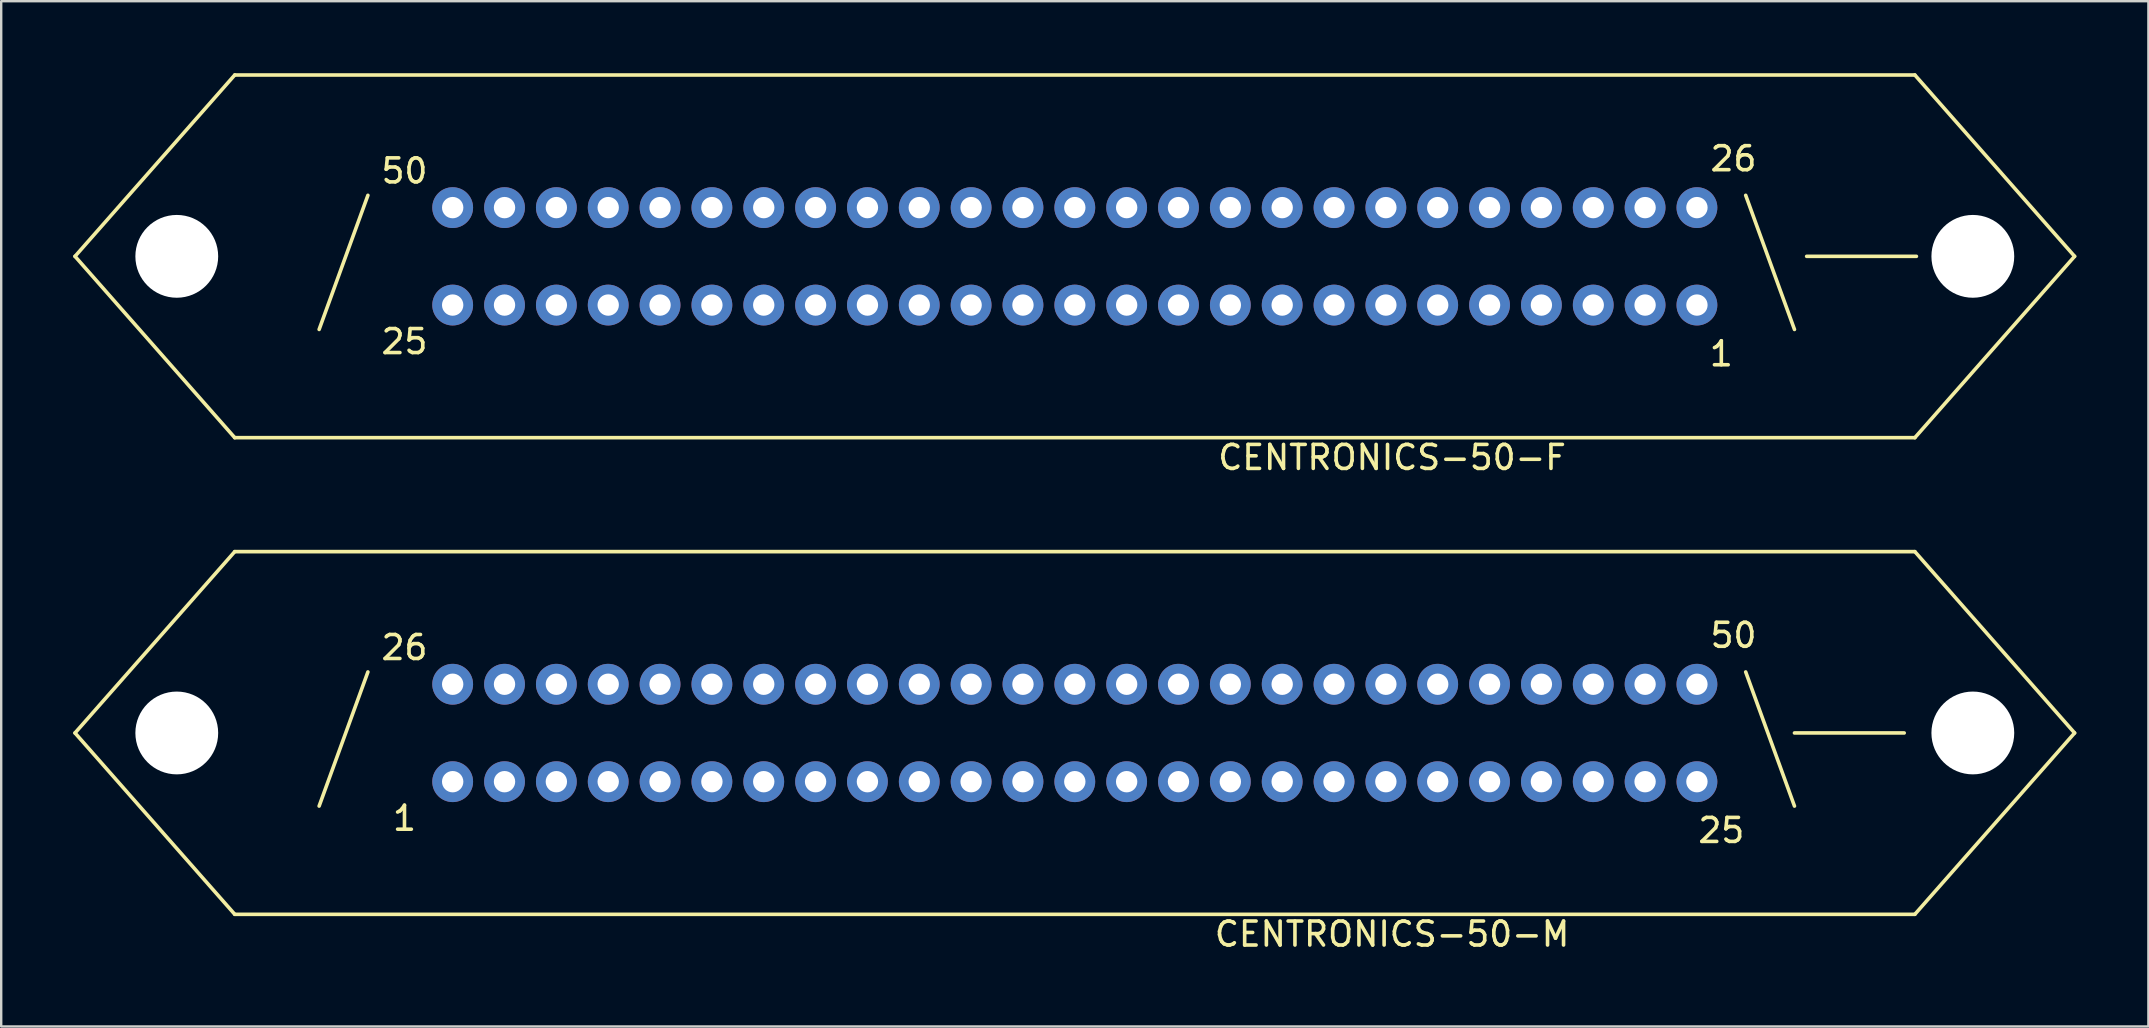
<source format=kicad_pcb>
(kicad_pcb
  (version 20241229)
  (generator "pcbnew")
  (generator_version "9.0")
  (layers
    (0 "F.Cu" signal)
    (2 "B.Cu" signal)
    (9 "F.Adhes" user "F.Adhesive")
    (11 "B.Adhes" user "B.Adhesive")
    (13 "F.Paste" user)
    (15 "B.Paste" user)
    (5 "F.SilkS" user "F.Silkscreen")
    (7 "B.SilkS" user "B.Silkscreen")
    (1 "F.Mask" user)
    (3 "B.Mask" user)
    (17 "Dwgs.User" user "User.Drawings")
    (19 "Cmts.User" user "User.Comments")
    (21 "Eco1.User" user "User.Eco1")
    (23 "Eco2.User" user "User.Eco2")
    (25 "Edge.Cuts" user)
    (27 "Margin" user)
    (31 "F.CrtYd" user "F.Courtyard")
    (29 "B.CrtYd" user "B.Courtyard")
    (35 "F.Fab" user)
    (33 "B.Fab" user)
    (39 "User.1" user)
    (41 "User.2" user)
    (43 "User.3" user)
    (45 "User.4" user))
  (footprint "CENTRONICS-50-M"
    (layer "F.Cu")
    (at 67.65 29.518)
    (property "Reference" "CENTRONICS-50-M" (at -12.7 6.35 0) (layer "F.SilkS") (effects (font (size 1 1) (thickness 0.15))))
    (attr through_hole)
    (fp_line (start -67.575 -2.03) (end -60.92 -9.585) (stroke (width 0.15) (type solid)) (layer "F.SilkS"))
    (fp_line (start -60.92 -9.585) (end 9.08 -9.585) (stroke (width 0.15) (type solid)) (layer "F.SilkS"))
    (fp_line (start -60.92 5.525) (end -67.575 -2.03) (stroke (width 0.15) (type solid)) (layer "F.SilkS"))
    (fp_line (start -57.404 1.016) (end -55.372 -4.572) (stroke (width 0.15) (type solid)) (layer "F.SilkS"))
    (fp_line (start 2.032 -4.572) (end 4.064 1.016) (stroke (width 0.15) (type solid)) (layer "F.SilkS"))
    (fp_line (start 4.064 -2.03) (end 8.636 -2.03) (stroke (width 0.15) (type solid)) (layer "F.SilkS"))
    (fp_line (start 9.08 -9.585) (end 15.735 -2.03) (stroke (width 0.15) (type solid)) (layer "F.SilkS"))
    (fp_line (start 9.08 5.525) (end -60.92 5.525) (stroke (width 0.15) (type solid)) (layer "F.SilkS"))
    (fp_line (start 15.735 -2.03) (end 9.08 5.525) (stroke (width 0.15) (type solid)) (layer "F.SilkS"))
    (fp_text user "1" (at -53.848 1.524 0) (layer "F.SilkS") (effects (font (size 1 1) (thickness 0.15))))
    (fp_text user "50" (at 1.524 -6.096 0) (layer "F.SilkS") (effects (font (size 1 1) (thickness 0.15))))
    (fp_text user "25" (at 1.016 2.032 0) (layer "F.SilkS") (effects (font (size 1 1) (thickness 0.15))))
    (fp_text user "26" (at -53.848 -5.588 0) (layer "F.SilkS") (effects (font (size 1 1) (thickness 0.15))))
    (pad "" np_thru_hole circle (at -63.335 -2.03) (size 3.45 3.45) (drill 3.45) (layers "*.Cu" "*.Mask"))
    (pad "" np_thru_hole circle (at 11.495 -2.03) (size 3.45 3.45) (drill 3.45) (layers "*.Cu" "*.Mask"))
    (pad "P$1" thru_hole circle (at -51.84 0) (size 1.7 1.7) (drill 0.89) (layers "*.Cu" "*.Mask"))
    (pad "P$2" thru_hole circle (at -49.68 0) (size 1.7 1.7) (drill 0.89) (layers "*.Cu" "*.Mask"))
    (pad "P$3" thru_hole circle (at -47.52 0) (size 1.7 1.7) (drill 0.89) (layers "*.Cu" "*.Mask"))
    (pad "P$4" thru_hole circle (at -45.36 0) (size 1.7 1.7) (drill 0.89) (layers "*.Cu" "*.Mask"))
    (pad "P$5" thru_hole circle (at -43.2 0) (size 1.7 1.7) (drill 0.89) (layers "*.Cu" "*.Mask"))
    (pad "P$6" thru_hole circle (at -41.04 0) (size 1.7 1.7) (drill 0.89) (layers "*.Cu" "*.Mask"))
    (pad "P$7" thru_hole circle (at -38.88 0) (size 1.7 1.7) (drill 0.89) (layers "*.Cu" "*.Mask"))
    (pad "P$8" thru_hole circle (at -36.72 0) (size 1.7 1.7) (drill 0.89) (layers "*.Cu" "*.Mask"))
    (pad "P$9" thru_hole circle (at -34.56 0) (size 1.7 1.7) (drill 0.89) (layers "*.Cu" "*.Mask"))
    (pad "P$10" thru_hole circle (at -32.4 0) (size 1.7 1.7) (drill 0.89) (layers "*.Cu" "*.Mask"))
    (pad "P$11" thru_hole circle (at -30.24 0) (size 1.7 1.7) (drill 0.89) (layers "*.Cu" "*.Mask"))
    (pad "P$12" thru_hole circle (at -28.08 0) (size 1.7 1.7) (drill 0.89) (layers "*.Cu" "*.Mask"))
    (pad "P$13" thru_hole circle (at -25.92 0) (size 1.7 1.7) (drill 0.89) (layers "*.Cu" "*.Mask"))
    (pad "P$14" thru_hole circle (at -23.76 0) (size 1.7 1.7) (drill 0.89) (layers "*.Cu" "*.Mask"))
    (pad "P$15" thru_hole circle (at -21.6 0) (size 1.7 1.7) (drill 0.89) (layers "*.Cu" "*.Mask"))
    (pad "P$16" thru_hole circle (at -19.44 0) (size 1.7 1.7) (drill 0.89) (layers "*.Cu" "*.Mask"))
    (pad "P$17" thru_hole circle (at -17.28 0) (size 1.7 1.7) (drill 0.89) (layers "*.Cu" "*.Mask"))
    (pad "P$18" thru_hole circle (at -15.12 0) (size 1.7 1.7) (drill 0.89) (layers "*.Cu" "*.Mask"))
    (pad "P$19" thru_hole circle (at -12.96 0) (size 1.7 1.7) (drill 0.89) (layers "*.Cu" "*.Mask"))
    (pad "P$20" thru_hole circle (at -10.8 0) (size 1.7 1.7) (drill 0.89) (layers "*.Cu" "*.Mask"))
    (pad "P$21" thru_hole circle (at -8.64 0) (size 1.7 1.7) (drill 0.89) (layers "*.Cu" "*.Mask"))
    (pad "P$22" thru_hole circle (at -6.48 0) (size 1.7 1.7) (drill 0.89) (layers "*.Cu" "*.Mask"))
    (pad "P$23" thru_hole circle (at -4.32 0) (size 1.7 1.7) (drill 0.89) (layers "*.Cu" "*.Mask"))
    (pad "P$24" thru_hole circle (at -2.16 0) (size 1.7 1.7) (drill 0.89) (layers "*.Cu" "*.Mask"))
    (pad "P$25" thru_hole circle (at 0 0) (size 1.7 1.7) (drill 0.89) (layers "*.Cu" "*.Mask"))
    (pad "P$26" thru_hole circle (at -51.84 -4.06) (size 1.7 1.7) (drill 0.89) (layers "*.Cu" "*.Mask"))
    (pad "P$27" thru_hole circle (at -49.68 -4.06) (size 1.7 1.7) (drill 0.89) (layers "*.Cu" "*.Mask"))
    (pad "P$28" thru_hole circle (at -47.52 -4.06) (size 1.7 1.7) (drill 0.89) (layers "*.Cu" "*.Mask"))
    (pad "P$29" thru_hole circle (at -45.36 -4.06) (size 1.7 1.7) (drill 0.89) (layers "*.Cu" "*.Mask"))
    (pad "P$30" thru_hole circle (at -43.2 -4.06) (size 1.7 1.7) (drill 0.89) (layers "*.Cu" "*.Mask"))
    (pad "P$31" thru_hole circle (at -41.04 -4.06) (size 1.7 1.7) (drill 0.89) (layers "*.Cu" "*.Mask"))
    (pad "P$32" thru_hole circle (at -38.88 -4.06) (size 1.7 1.7) (drill 0.89) (layers "*.Cu" "*.Mask"))
    (pad "P$33" thru_hole circle (at -36.72 -4.06) (size 1.7 1.7) (drill 0.89) (layers "*.Cu" "*.Mask"))
    (pad "P$34" thru_hole circle (at -34.56 -4.06) (size 1.7 1.7) (drill 0.89) (layers "*.Cu" "*.Mask"))
    (pad "P$35" thru_hole circle (at -32.4 -4.06) (size 1.7 1.7) (drill 0.89) (layers "*.Cu" "*.Mask"))
    (pad "P$36" thru_hole circle (at -30.24 -4.06) (size 1.7 1.7) (drill 0.89) (layers "*.Cu" "*.Mask"))
    (pad "P$37" thru_hole circle (at -28.08 -4.06) (size 1.7 1.7) (drill 0.89) (layers "*.Cu" "*.Mask"))
    (pad "P$38" thru_hole circle (at -25.92 -4.06) (size 1.7 1.7) (drill 0.89) (layers "*.Cu" "*.Mask"))
    (pad "P$39" thru_hole circle (at -23.76 -4.06) (size 1.7 1.7) (drill 0.89) (layers "*.Cu" "*.Mask"))
    (pad "P$40" thru_hole circle (at -21.6 -4.06) (size 1.7 1.7) (drill 0.89) (layers "*.Cu" "*.Mask"))
    (pad "P$41" thru_hole circle (at -19.44 -4.06) (size 1.7 1.7) (drill 0.89) (layers "*.Cu" "*.Mask"))
    (pad "P$42" thru_hole circle (at -17.28 -4.06) (size 1.7 1.7) (drill 0.89) (layers "*.Cu" "*.Mask"))
    (pad "P$43" thru_hole circle (at -15.12 -4.06) (size 1.7 1.7) (drill 0.89) (layers "*.Cu" "*.Mask"))
    (pad "P$44" thru_hole circle (at -12.96 -4.06) (size 1.7 1.7) (drill 0.89) (layers "*.Cu" "*.Mask"))
    (pad "P$45" thru_hole circle (at -10.8 -4.06) (size 1.7 1.7) (drill 0.89) (layers "*.Cu" "*.Mask"))
    (pad "P$46" thru_hole circle (at -8.64 -4.06) (size 1.7 1.7) (drill 0.89) (layers "*.Cu" "*.Mask"))
    (pad "P$47" thru_hole circle (at -6.48 -4.06) (size 1.7 1.7) (drill 0.89) (layers "*.Cu" "*.Mask"))
    (pad "P$48" thru_hole circle (at -4.32 -4.06) (size 1.7 1.7) (drill 0.89) (layers "*.Cu" "*.Mask"))
    (pad "P$49" thru_hole circle (at -2.16 -4.06) (size 1.7 1.7) (drill 0.89) (layers "*.Cu" "*.Mask"))
    (pad "P$50" thru_hole circle (at 0 -4.06) (size 1.7 1.7) (drill 0.89) (layers "*.Cu" "*.Mask")))
  (footprint "CENTRONICS-50-F"
    (layer "F.Cu")
    (at 67.65 9.66)
    (property "Reference" "CENTRONICS-50-F" (at -12.7 6.35 0) (layer "F.SilkS") (effects (font (size 1 1) (thickness 0.15))))
    (attr through_hole)
    (fp_line (start -67.575 -2.03) (end -60.92 -9.585) (stroke (width 0.15) (type solid)) (layer "F.SilkS"))
    (fp_line (start -60.92 -9.585) (end 9.08 -9.585) (stroke (width 0.15) (type solid)) (layer "F.SilkS"))
    (fp_line (start -60.92 5.525) (end -67.575 -2.03) (stroke (width 0.15) (type solid)) (layer "F.SilkS"))
    (fp_line (start -57.404 1.016) (end -55.372 -4.572) (stroke (width 0.15) (type solid)) (layer "F.SilkS"))
    (fp_line (start 2.032 -4.572) (end 4.064 1.016) (stroke (width 0.15) (type solid)) (layer "F.SilkS"))
    (fp_line (start 4.572 -2.03) (end 9.144 -2.03) (stroke (width 0.15) (type solid)) (layer "F.SilkS"))
    (fp_line (start 9.08 -9.585) (end 15.735 -2.03) (stroke (width 0.15) (type solid)) (layer "F.SilkS"))
    (fp_line (start 9.08 5.525) (end -60.92 5.525) (stroke (width 0.15) (type solid)) (layer "F.SilkS"))
    (fp_line (start 15.735 -2.03) (end 9.08 5.525) (stroke (width 0.15) (type solid)) (layer "F.SilkS"))
    (fp_text user "26" (at 1.524 -6.096 0) (layer "F.SilkS") (effects (font (size 1 1) (thickness 0.15))))
    (fp_text user "25" (at -53.848 1.524 0) (layer "F.SilkS") (effects (font (size 1 1) (thickness 0.15))))
    (fp_text user "50" (at -53.848 -5.588 0) (layer "F.SilkS") (effects (font (size 1 1) (thickness 0.15))))
    (fp_text user "1" (at 1.016 2.032 0) (layer "F.SilkS") (effects (font (size 1 1) (thickness 0.15))))
    (pad "" np_thru_hole circle (at -63.335 -2.03) (size 3.45 3.45) (drill 3.45) (layers "*.Cu" "*.Mask"))
    (pad "" np_thru_hole circle (at 11.495 -2.03) (size 3.45 3.45) (drill 3.45) (layers "*.Cu" "*.Mask"))
    (pad "P$1" thru_hole circle (at 0 0) (size 1.7 1.7) (drill 0.89) (layers "*.Cu" "*.Mask"))
    (pad "P$2" thru_hole circle (at -2.16 0) (size 1.7 1.7) (drill 0.89) (layers "*.Cu" "*.Mask"))
    (pad "P$3" thru_hole circle (at -4.32 0) (size 1.7 1.7) (drill 0.89) (layers "*.Cu" "*.Mask"))
    (pad "P$4" thru_hole circle (at -6.48 0) (size 1.7 1.7) (drill 0.89) (layers "*.Cu" "*.Mask"))
    (pad "P$5" thru_hole circle (at -8.64 0) (size 1.7 1.7) (drill 0.89) (layers "*.Cu" "*.Mask"))
    (pad "P$6" thru_hole circle (at -10.8 0) (size 1.7 1.7) (drill 0.89) (layers "*.Cu" "*.Mask"))
    (pad "P$7" thru_hole circle (at -12.96 0) (size 1.7 1.7) (drill 0.89) (layers "*.Cu" "*.Mask"))
    (pad "P$8" thru_hole circle (at -15.12 0) (size 1.7 1.7) (drill 0.89) (layers "*.Cu" "*.Mask"))
    (pad "P$9" thru_hole circle (at -17.28 0) (size 1.7 1.7) (drill 0.89) (layers "*.Cu" "*.Mask"))
    (pad "P$10" thru_hole circle (at -19.44 0) (size 1.7 1.7) (drill 0.89) (layers "*.Cu" "*.Mask"))
    (pad "P$11" thru_hole circle (at -21.6 0) (size 1.7 1.7) (drill 0.89) (layers "*.Cu" "*.Mask"))
    (pad "P$12" thru_hole circle (at -23.76 0) (size 1.7 1.7) (drill 0.89) (layers "*.Cu" "*.Mask"))
    (pad "P$13" thru_hole circle (at -25.92 0) (size 1.7 1.7) (drill 0.89) (layers "*.Cu" "*.Mask"))
    (pad "P$14" thru_hole circle (at -28.08 0) (size 1.7 1.7) (drill 0.89) (layers "*.Cu" "*.Mask"))
    (pad "P$15" thru_hole circle (at -30.24 0) (size 1.7 1.7) (drill 0.89) (layers "*.Cu" "*.Mask"))
    (pad "P$16" thru_hole circle (at -32.4 0) (size 1.7 1.7) (drill 0.89) (layers "*.Cu" "*.Mask"))
    (pad "P$17" thru_hole circle (at -34.56 0) (size 1.7 1.7) (drill 0.89) (layers "*.Cu" "*.Mask"))
    (pad "P$18" thru_hole circle (at -36.72 0) (size 1.7 1.7) (drill 0.89) (layers "*.Cu" "*.Mask"))
    (pad "P$19" thru_hole circle (at -38.88 0) (size 1.7 1.7) (drill 0.89) (layers "*.Cu" "*.Mask"))
    (pad "P$20" thru_hole circle (at -41.04 0) (size 1.7 1.7) (drill 0.89) (layers "*.Cu" "*.Mask"))
    (pad "P$21" thru_hole circle (at -43.2 0) (size 1.7 1.7) (drill 0.89) (layers "*.Cu" "*.Mask"))
    (pad "P$22" thru_hole circle (at -45.36 0) (size 1.7 1.7) (drill 0.89) (layers "*.Cu" "*.Mask"))
    (pad "P$23" thru_hole circle (at -47.52 0) (size 1.7 1.7) (drill 0.89) (layers "*.Cu" "*.Mask"))
    (pad "P$24" thru_hole circle (at -49.68 0) (size 1.7 1.7) (drill 0.89) (layers "*.Cu" "*.Mask"))
    (pad "P$25" thru_hole circle (at -51.84 0) (size 1.7 1.7) (drill 0.89) (layers "*.Cu" "*.Mask"))
    (pad "P$26" thru_hole circle (at 0 -4.06) (size 1.7 1.7) (drill 0.89) (layers "*.Cu" "*.Mask"))
    (pad "P$27" thru_hole circle (at -2.16 -4.06) (size 1.7 1.7) (drill 0.89) (layers "*.Cu" "*.Mask"))
    (pad "P$28" thru_hole circle (at -4.32 -4.06) (size 1.7 1.7) (drill 0.89) (layers "*.Cu" "*.Mask"))
    (pad "P$29" thru_hole circle (at -6.48 -4.06) (size 1.7 1.7) (drill 0.89) (layers "*.Cu" "*.Mask"))
    (pad "P$30" thru_hole circle (at -8.64 -4.06) (size 1.7 1.7) (drill 0.89) (layers "*.Cu" "*.Mask"))
    (pad "P$31" thru_hole circle (at -10.8 -4.06) (size 1.7 1.7) (drill 0.89) (layers "*.Cu" "*.Mask"))
    (pad "P$32" thru_hole circle (at -12.96 -4.06) (size 1.7 1.7) (drill 0.89) (layers "*.Cu" "*.Mask"))
    (pad "P$33" thru_hole circle (at -15.12 -4.06) (size 1.7 1.7) (drill 0.89) (layers "*.Cu" "*.Mask"))
    (pad "P$34" thru_hole circle (at -17.28 -4.06) (size 1.7 1.7) (drill 0.89) (layers "*.Cu" "*.Mask"))
    (pad "P$35" thru_hole circle (at -19.44 -4.06) (size 1.7 1.7) (drill 0.89) (layers "*.Cu" "*.Mask"))
    (pad "P$36" thru_hole circle (at -21.6 -4.06) (size 1.7 1.7) (drill 0.89) (layers "*.Cu" "*.Mask"))
    (pad "P$37" thru_hole circle (at -23.76 -4.06) (size 1.7 1.7) (drill 0.89) (layers "*.Cu" "*.Mask"))
    (pad "P$38" thru_hole circle (at -25.92 -4.06) (size 1.7 1.7) (drill 0.89) (layers "*.Cu" "*.Mask"))
    (pad "P$39" thru_hole circle (at -28.08 -4.06) (size 1.7 1.7) (drill 0.89) (layers "*.Cu" "*.Mask"))
    (pad "P$40" thru_hole circle (at -30.24 -4.06) (size 1.7 1.7) (drill 0.89) (layers "*.Cu" "*.Mask"))
    (pad "P$41" thru_hole circle (at -32.4 -4.06) (size 1.7 1.7) (drill 0.89) (layers "*.Cu" "*.Mask"))
    (pad "P$42" thru_hole circle (at -34.56 -4.06) (size 1.7 1.7) (drill 0.89) (layers "*.Cu" "*.Mask"))
    (pad "P$43" thru_hole circle (at -36.72 -4.06) (size 1.7 1.7) (drill 0.89) (layers "*.Cu" "*.Mask"))
    (pad "P$44" thru_hole circle (at -38.88 -4.06) (size 1.7 1.7) (drill 0.89) (layers "*.Cu" "*.Mask"))
    (pad "P$45" thru_hole circle (at -41.04 -4.06) (size 1.7 1.7) (drill 0.89) (layers "*.Cu" "*.Mask"))
    (pad "P$46" thru_hole circle (at -43.2 -4.06) (size 1.7 1.7) (drill 0.89) (layers "*.Cu" "*.Mask"))
    (pad "P$47" thru_hole circle (at -45.36 -4.06) (size 1.7 1.7) (drill 0.89) (layers "*.Cu" "*.Mask"))
    (pad "P$48" thru_hole circle (at -47.52 -4.06) (size 1.7 1.7) (drill 0.89) (layers "*.Cu" "*.Mask"))
    (pad "P$49" thru_hole circle (at -49.68 -4.06) (size 1.7 1.7) (drill 0.89) (layers "*.Cu" "*.Mask"))
    (pad "P$50" thru_hole circle (at -51.84 -4.06) (size 1.7 1.7) (drill 0.89) (layers "*.Cu" "*.Mask")))
  (gr_rect
    (start -3 -3)
    (end 86.46 39.717)
    (stroke (width 0.1) (type default))
    (fill no)
    (layer "Edge.Cuts")))
</source>
